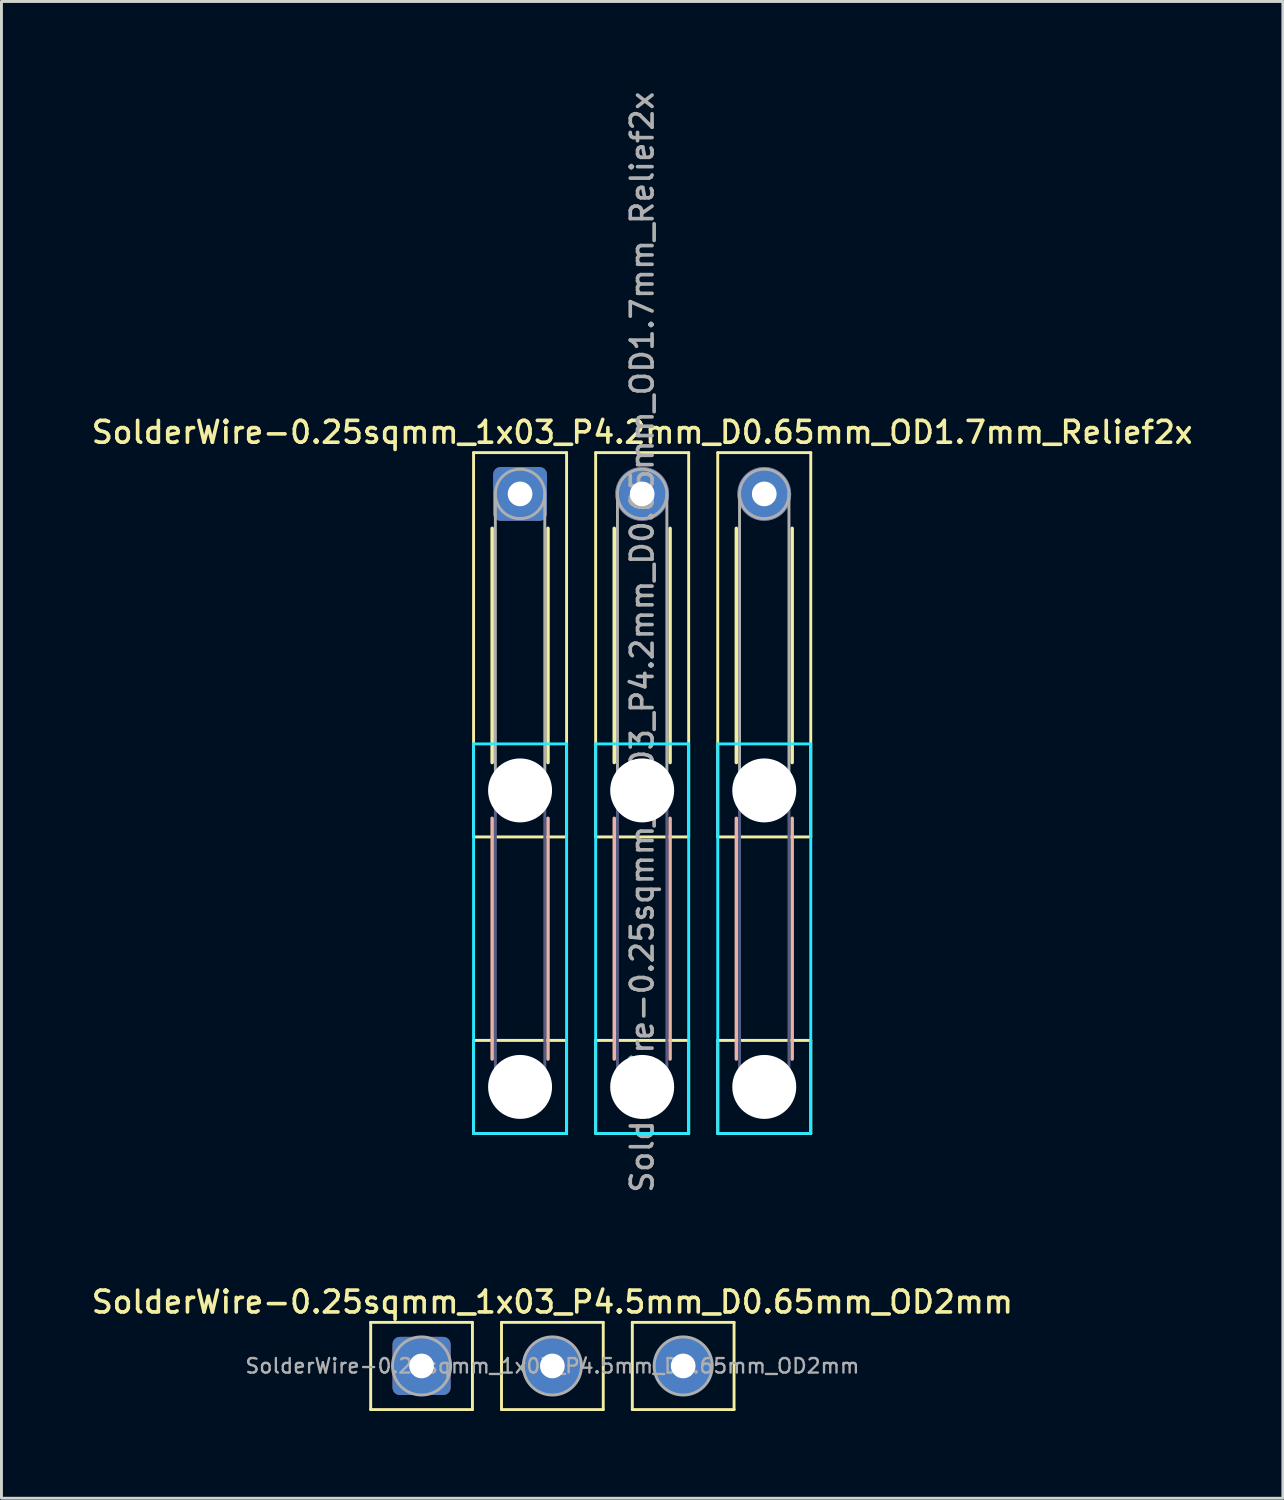
<source format=kicad_pcb>
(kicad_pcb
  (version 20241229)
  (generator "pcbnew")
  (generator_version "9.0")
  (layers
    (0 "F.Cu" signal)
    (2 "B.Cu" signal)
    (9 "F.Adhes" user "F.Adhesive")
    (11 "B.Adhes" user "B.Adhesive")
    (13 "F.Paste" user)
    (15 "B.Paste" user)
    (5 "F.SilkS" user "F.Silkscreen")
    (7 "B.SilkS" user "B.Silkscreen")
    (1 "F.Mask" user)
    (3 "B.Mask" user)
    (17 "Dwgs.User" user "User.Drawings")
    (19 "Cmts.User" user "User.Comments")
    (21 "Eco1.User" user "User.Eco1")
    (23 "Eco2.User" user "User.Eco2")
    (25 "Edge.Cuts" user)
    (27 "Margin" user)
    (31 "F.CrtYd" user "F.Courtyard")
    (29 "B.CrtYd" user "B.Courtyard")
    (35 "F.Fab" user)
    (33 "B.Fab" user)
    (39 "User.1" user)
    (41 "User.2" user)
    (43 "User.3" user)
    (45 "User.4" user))
  (footprint "SolderWire-0.25sqmm_1x03_P4.5mm_D0.65mm_OD2mm"
    (layer "F.Cu")
    (at 11.452 43.94)
    (property "Reference" "SolderWire-0.25sqmm_1x03_P4.5mm_D0.65mm_OD2mm" (at 4.5 -2.2 0) (layer "F.SilkS") (effects (font (size 0.75 0.75) (thickness 0.125))))
    (attr exclude_from_pos_files exclude_from_bom)
    (fp_line (start -1.75 -1.5) (end -1.75 1.5) (stroke (width 0.1) (type solid)) (layer "F.SilkS"))
    (fp_line (start -1.75 1.5) (end 1.75 1.5) (stroke (width 0.1) (type solid)) (layer "F.SilkS"))
    (fp_line (start 1.75 -1.5) (end -1.75 -1.5) (stroke (width 0.1) (type solid)) (layer "F.SilkS"))
    (fp_line (start 1.75 1.5) (end 1.75 -1.5) (stroke (width 0.1) (type solid)) (layer "F.SilkS"))
    (fp_line (start 2.75 -1.5) (end 2.75 1.5) (stroke (width 0.1) (type solid)) (layer "F.SilkS"))
    (fp_line (start 2.75 1.5) (end 6.25 1.5) (stroke (width 0.1) (type solid)) (layer "F.SilkS"))
    (fp_line (start 6.25 -1.5) (end 2.75 -1.5) (stroke (width 0.1) (type solid)) (layer "F.SilkS"))
    (fp_line (start 6.25 1.5) (end 6.25 -1.5) (stroke (width 0.1) (type solid)) (layer "F.SilkS"))
    (fp_line (start 7.25 -1.5) (end 7.25 1.5) (stroke (width 0.1) (type solid)) (layer "F.SilkS"))
    (fp_line (start 7.25 1.5) (end 10.75 1.5) (stroke (width 0.1) (type solid)) (layer "F.SilkS"))
    (fp_line (start 10.75 -1.5) (end 7.25 -1.5) (stroke (width 0.1) (type solid)) (layer "F.SilkS"))
    (fp_line (start 10.75 1.5) (end 10.75 -1.5) (stroke (width 0.1) (type solid)) (layer "F.SilkS"))
    (fp_circle (center 0 0) (end 1 0) (stroke (width 0.1) (type solid)) (fill no) (layer "F.Fab"))
    (fp_circle (center 4.5 0) (end 5.5 0) (stroke (width 0.1) (type solid)) (fill no) (layer "F.Fab"))
    (fp_circle (center 9 0) (end 10 0) (stroke (width 0.1) (type solid)) (fill no) (layer "F.Fab"))
    (fp_text user "${REFERENCE}" (at 4.5 0 0) (layer "F.Fab") (effects (font (size 0.5 0.5) (thickness 0.08))))
    (pad "1" thru_hole roundrect (at 0 0) (size 2 2) (drill 0.85) (layers "*.Cu" "*.Mask") (roundrect_rratio 0.125))
    (pad "2" thru_hole circle (at 4.5 0) (size 2 2) (drill 0.85) (layers "*.Cu" "*.Mask"))
    (pad "3" thru_hole circle (at 9 0) (size 2 2) (drill 0.85) (layers "*.Cu" "*.Mask")))
  (footprint "SolderWire-0.25sqmm_1x03_P4.2mm_D0.65mm_OD1.7mm_Relief2x"
    (layer "F.Cu")
    (at 14.841 13.941)
    (property "Reference" "SolderWire-0.25sqmm_1x03_P4.2mm_D0.65mm_OD1.7mm_Relief2x" (at 4.2 -2.12 0) (layer "F.SilkS") (effects (font (size 0.75 0.75) (thickness 0.125))))
    (attr exclude_from_pos_files exclude_from_bom)
    (fp_line (start -1.6 -1.42) (end -1.6 11.8) (stroke (width 0.1) (type solid)) (layer "F.SilkS"))
    (fp_line (start -1.6 11.8) (end 1.6 11.8) (stroke (width 0.1) (type solid)) (layer "F.SilkS"))
    (fp_line (start -1.6 18.8) (end -1.6 22) (stroke (width 0.1) (type solid)) (layer "F.SilkS"))
    (fp_line (start -1.6 22) (end 1.6 22) (stroke (width 0.1) (type solid)) (layer "F.SilkS"))
    (fp_line (start -0.96 1.185) (end -0.96 9.24) (stroke (width 0.12) (type solid)) (layer "F.SilkS"))
    (fp_line (start 0.96 1.185) (end 0.96 9.24) (stroke (width 0.12) (type solid)) (layer "F.SilkS"))
    (fp_line (start 1.6 -1.42) (end -1.6 -1.42) (stroke (width 0.1) (type solid)) (layer "F.SilkS"))
    (fp_line (start 1.6 11.8) (end 1.6 -1.42) (stroke (width 0.1) (type solid)) (layer "F.SilkS"))
    (fp_line (start 1.6 18.8) (end -1.6 18.8) (stroke (width 0.1) (type solid)) (layer "F.SilkS"))
    (fp_line (start 1.6 22) (end 1.6 18.8) (stroke (width 0.1) (type solid)) (layer "F.SilkS"))
    (fp_line (start 2.6 -1.42) (end 2.6 11.8) (stroke (width 0.1) (type solid)) (layer "F.SilkS"))
    (fp_line (start 2.6 11.8) (end 5.8 11.8) (stroke (width 0.1) (type solid)) (layer "F.SilkS"))
    (fp_line (start 2.6 18.8) (end 2.6 22) (stroke (width 0.1) (type solid)) (layer "F.SilkS"))
    (fp_line (start 2.6 22) (end 5.8 22) (stroke (width 0.1) (type solid)) (layer "F.SilkS"))
    (fp_line (start 3.24 1.185) (end 3.24 9.24) (stroke (width 0.12) (type solid)) (layer "F.SilkS"))
    (fp_line (start 5.16 1.185) (end 5.16 9.24) (stroke (width 0.12) (type solid)) (layer "F.SilkS"))
    (fp_line (start 5.8 -1.42) (end 2.6 -1.42) (stroke (width 0.1) (type solid)) (layer "F.SilkS"))
    (fp_line (start 5.8 11.8) (end 5.8 -1.42) (stroke (width 0.1) (type solid)) (layer "F.SilkS"))
    (fp_line (start 5.8 18.8) (end 2.6 18.8) (stroke (width 0.1) (type solid)) (layer "F.SilkS"))
    (fp_line (start 5.8 22) (end 5.8 18.8) (stroke (width 0.1) (type solid)) (layer "F.SilkS"))
    (fp_line (start 6.8 -1.42) (end 6.8 11.8) (stroke (width 0.1) (type solid)) (layer "F.SilkS"))
    (fp_line (start 6.8 11.8) (end 10 11.8) (stroke (width 0.1) (type solid)) (layer "F.SilkS"))
    (fp_line (start 6.8 18.8) (end 6.8 22) (stroke (width 0.1) (type solid)) (layer "F.SilkS"))
    (fp_line (start 6.8 22) (end 10 22) (stroke (width 0.1) (type solid)) (layer "F.SilkS"))
    (fp_line (start 7.44 1.185) (end 7.44 9.24) (stroke (width 0.12) (type solid)) (layer "F.SilkS"))
    (fp_line (start 9.36 1.185) (end 9.36 9.24) (stroke (width 0.12) (type solid)) (layer "F.SilkS"))
    (fp_line (start 10 -1.42) (end 6.8 -1.42) (stroke (width 0.1) (type solid)) (layer "F.SilkS"))
    (fp_line (start 10 11.8) (end 10 -1.42) (stroke (width 0.1) (type solid)) (layer "F.SilkS"))
    (fp_line (start 10 18.8) (end 6.8 18.8) (stroke (width 0.1) (type solid)) (layer "F.SilkS"))
    (fp_line (start 10 22) (end 10 18.8) (stroke (width 0.1) (type solid)) (layer "F.SilkS"))
    (fp_line (start -0.96 11.16) (end -0.96 19.44) (stroke (width 0.12) (type solid)) (layer "B.SilkS"))
    (fp_line (start 0.96 11.16) (end 0.96 19.44) (stroke (width 0.12) (type solid)) (layer "B.SilkS"))
    (fp_line (start 3.24 11.16) (end 3.24 19.44) (stroke (width 0.12) (type solid)) (layer "B.SilkS"))
    (fp_line (start 5.16 11.16) (end 5.16 19.44) (stroke (width 0.12) (type solid)) (layer "B.SilkS"))
    (fp_line (start 7.44 11.16) (end 7.44 19.44) (stroke (width 0.12) (type solid)) (layer "B.SilkS"))
    (fp_line (start 9.36 11.16) (end 9.36 19.44) (stroke (width 0.12) (type solid)) (layer "B.SilkS"))
    (fp_line (start -1.6 8.6) (end -1.6 22) (stroke (width 0.1) (type solid)) (layer "B.CrtYd"))
    (fp_line (start -1.6 22) (end 1.6 22) (stroke (width 0.1) (type solid)) (layer "B.CrtYd"))
    (fp_line (start 1.6 8.6) (end -1.6 8.6) (stroke (width 0.1) (type solid)) (layer "B.CrtYd"))
    (fp_line (start 1.6 22) (end 1.6 8.6) (stroke (width 0.1) (type solid)) (layer "B.CrtYd"))
    (fp_line (start 2.6 8.6) (end 2.6 22) (stroke (width 0.1) (type solid)) (layer "B.CrtYd"))
    (fp_line (start 2.6 22) (end 5.8 22) (stroke (width 0.1) (type solid)) (layer "B.CrtYd"))
    (fp_line (start 5.8 8.6) (end 2.6 8.6) (stroke (width 0.1) (type solid)) (layer "B.CrtYd"))
    (fp_line (start 5.8 22) (end 5.8 8.6) (stroke (width 0.1) (type solid)) (layer "B.CrtYd"))
    (fp_line (start 6.8 8.6) (end 6.8 22) (stroke (width 0.1) (type solid)) (layer "B.CrtYd"))
    (fp_line (start 6.8 22) (end 10 22) (stroke (width 0.1) (type solid)) (layer "B.CrtYd"))
    (fp_line (start 10 8.6) (end 6.8 8.6) (stroke (width 0.1) (type solid)) (layer "B.CrtYd"))
    (fp_line (start 10 22) (end 10 8.6) (stroke (width 0.1) (type solid)) (layer "B.CrtYd"))
    (fp_line (start -0.85 10.2) (end -0.85 20.4) (stroke (width 0.1) (type solid)) (layer "B.Fab"))
    (fp_line (start 0.85 10.2) (end 0.85 20.4) (stroke (width 0.1) (type solid)) (layer "B.Fab"))
    (fp_line (start 3.35 10.2) (end 3.35 20.4) (stroke (width 0.1) (type solid)) (layer "B.Fab"))
    (fp_line (start 5.05 10.2) (end 5.05 20.4) (stroke (width 0.1) (type solid)) (layer "B.Fab"))
    (fp_line (start 7.55 10.2) (end 7.55 20.4) (stroke (width 0.1) (type solid)) (layer "B.Fab"))
    (fp_line (start 9.25 10.2) (end 9.25 20.4) (stroke (width 0.1) (type solid)) (layer "B.Fab"))
    (fp_circle (center 0 10.2) (end 0.85 10.2) (stroke (width 0.1) (type solid)) (fill no) (layer "B.Fab"))
    (fp_circle (center 0 20.4) (end 0.85 20.4) (stroke (width 0.1) (type solid)) (fill no) (layer "B.Fab"))
    (fp_circle (center 4.2 10.2) (end 5.05 10.2) (stroke (width 0.1) (type solid)) (fill no) (layer "B.Fab"))
    (fp_circle (center 4.2 20.4) (end 5.05 20.4) (stroke (width 0.1) (type solid)) (fill no) (layer "B.Fab"))
    (fp_circle (center 8.4 10.2) (end 9.25 10.2) (stroke (width 0.1) (type solid)) (fill no) (layer "B.Fab"))
    (fp_circle (center 8.4 20.4) (end 9.25 20.4) (stroke (width 0.1) (type solid)) (fill no) (layer "B.Fab"))
    (fp_line (start -0.85 0) (end -0.85 10.2) (stroke (width 0.1) (type solid)) (layer "F.Fab"))
    (fp_line (start 0.85 0) (end 0.85 10.2) (stroke (width 0.1) (type solid)) (layer "F.Fab"))
    (fp_line (start 3.35 0) (end 3.35 10.2) (stroke (width 0.1) (type solid)) (layer "F.Fab"))
    (fp_line (start 5.05 0) (end 5.05 10.2) (stroke (width 0.1) (type solid)) (layer "F.Fab"))
    (fp_line (start 7.55 0) (end 7.55 10.2) (stroke (width 0.1) (type solid)) (layer "F.Fab"))
    (fp_line (start 9.25 0) (end 9.25 10.2) (stroke (width 0.1) (type solid)) (layer "F.Fab"))
    (fp_circle (center 0 0) (end 0.85 0) (stroke (width 0.1) (type solid)) (fill no) (layer "F.Fab"))
    (fp_circle (center 0 10.2) (end 0.85 10.2) (stroke (width 0.1) (type solid)) (fill no) (layer "F.Fab"))
    (fp_circle (center 0 20.4) (end 0.85 20.4) (stroke (width 0.1) (type solid)) (fill no) (layer "F.Fab"))
    (fp_circle (center 4.2 0) (end 5.05 0) (stroke (width 0.1) (type solid)) (fill no) (layer "F.Fab"))
    (fp_circle (center 4.2 10.2) (end 5.05 10.2) (stroke (width 0.1) (type solid)) (fill no) (layer "F.Fab"))
    (fp_circle (center 4.2 20.4) (end 5.05 20.4) (stroke (width 0.1) (type solid)) (fill no) (layer "F.Fab"))
    (fp_circle (center 8.4 0) (end 9.25 0) (stroke (width 0.1) (type solid)) (fill no) (layer "F.Fab"))
    (fp_circle (center 8.4 10.2) (end 9.25 10.2) (stroke (width 0.1) (type solid)) (fill no) (layer "F.Fab"))
    (fp_circle (center 8.4 20.4) (end 9.25 20.4) (stroke (width 0.1) (type solid)) (fill no) (layer "F.Fab"))
    (fp_text user "${REFERENCE}" (at 4.2 5.1 90) (layer "F.Fab") (effects (font (size 0.75 0.75) (thickness 0.125))))
    (pad "" np_thru_hole circle (at 0 10.2) (size 2.2 2.2) (drill 2.2) (layers "*.Cu" "*.Mask"))
    (pad "" np_thru_hole circle (at 0 20.4) (size 2.2 2.2) (drill 2.2) (layers "*.Cu" "*.Mask"))
    (pad "" np_thru_hole circle (at 4.2 10.2) (size 2.2 2.2) (drill 2.2) (layers "*.Cu" "*.Mask"))
    (pad "" np_thru_hole circle (at 4.2 20.4) (size 2.2 2.2) (drill 2.2) (layers "*.Cu" "*.Mask"))
    (pad "" np_thru_hole circle (at 8.4 10.2) (size 2.2 2.2) (drill 2.2) (layers "*.Cu" "*.Mask"))
    (pad "" np_thru_hole circle (at 8.4 20.4) (size 2.2 2.2) (drill 2.2) (layers "*.Cu" "*.Mask"))
    (pad "1" thru_hole roundrect (at 0 0) (size 1.85 1.85) (drill 0.85) (layers "*.Cu" "*.Mask") (roundrect_rratio 0.135))
    (pad "2" thru_hole circle (at 4.2 0) (size 1.85 1.85) (drill 0.85) (layers "*.Cu" "*.Mask"))
    (pad "3" thru_hole circle (at 8.4 0) (size 1.85 1.85) (drill 0.85) (layers "*.Cu" "*.Mask")))
  (gr_rect
    (start -3 -3)
    (end 41.082 48.49)
    (stroke (width 0.1) (type default))
    (fill no)
    (layer "Edge.Cuts")))
</source>
